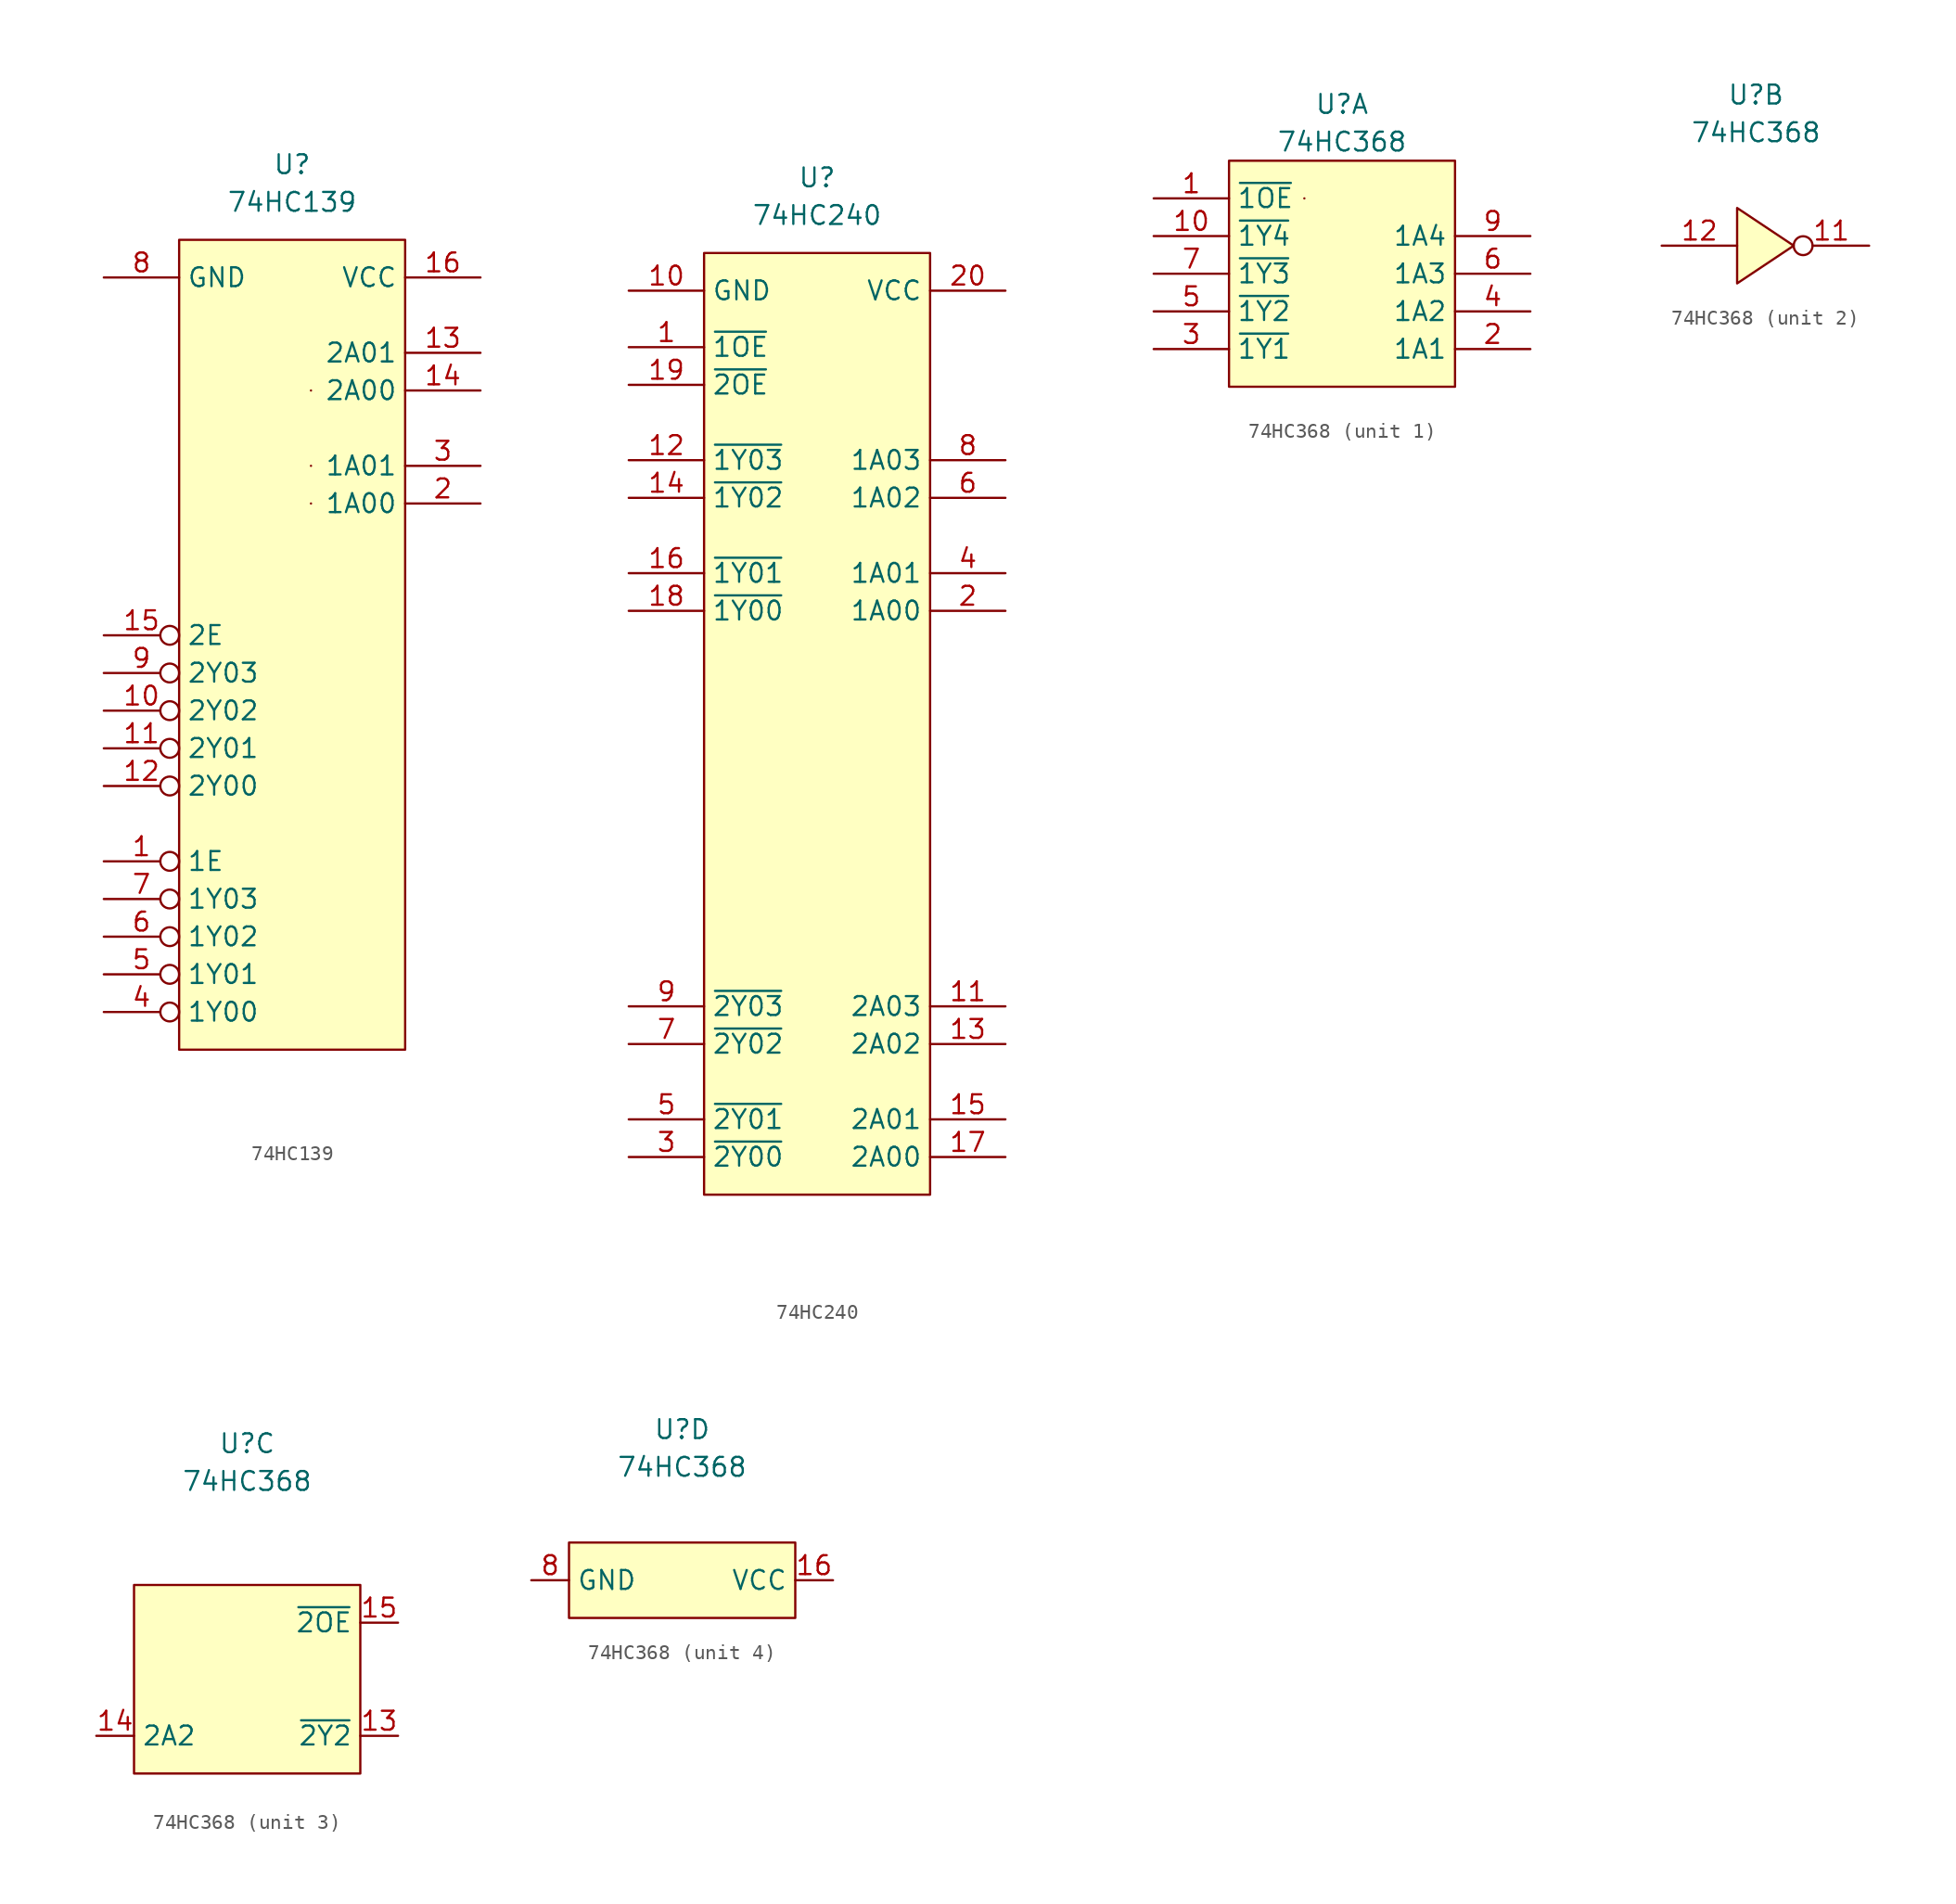
<source format=kicad_sym>
(kicad_symbol_lib
  (version 20220914)
  (generator kicad_symbol_editor)
  (symbol "74HC139"
    (property "Reference" "U"
      (at 0 36.83 0)
      (effects (font (size 1.27 1.27))))
    (property "Value" "74HC139"
      (at 0 34.29 0)
      (effects (font (size 1.27 1.27))))
    (symbol "74HC139_1_1"
      (rectangle (start -7.62 31.75) (end 7.62 -22.86) (stroke (width 0) (type default)) (fill (type background)))
      (pin input inverted (at -12.7 -10.16 0) (length 5.08) (name "1E" (effects (font (size 1.27 1.27)))) (number "1" (effects (font (size 1.27 1.27)))))
      (pin output inverted (at -12.7 0 0) (length 5.08) (name "2Y02" (effects (font (size 1.27 1.27)))) (number "10" (effects (font (size 1.27 1.27)))))
      (pin output inverted (at -12.7 -2.54 0) (length 5.08) (name "2Y01" (effects (font (size 1.27 1.27)))) (number "11" (effects (font (size 1.27 1.27)))))
      (pin output inverted (at -12.7 -5.08 0) (length 5.08) (name "2Y00" (effects (font (size 1.27 1.27)))) (number "12" (effects (font (size 1.27 1.27)))))
      (pin input line (at 12.7 24.13 180) (length 5.08) (name "2A01" (effects (font (size 1.27 1.27)))) (number "13" (effects (font (size 1.27 1.27)))))
      (pin input line (at 1.27 21.59 0) (length 0) (name "" (effects (font (size 1.27 1.27)))) (number "14" (effects (font (size 0 0)))))
      (pin input line (at 12.7 21.59 180) (length 5.08) (name "2A00" (effects (font (size 1.27 1.27)))) (number "14" (effects (font (size 1.27 1.27)))))
      (pin input inverted (at -12.7 5.08 0) (length 5.08) (name "2E" (effects (font (size 1.27 1.27)))) (number "15" (effects (font (size 1.27 1.27)))))
      (pin passive line (at 12.7 29.21 180) (length 5.08) (name "VCC" (effects (font (size 1.27 1.27)))) (number "16" (effects (font (size 1.27 1.27)))))
      (pin input line (at 1.27 13.97 0) (length 0) (name "" (effects (font (size 1.27 1.27)))) (number "2" (effects (font (size 0 0)))))
      (pin input line (at 12.7 13.97 180) (length 5.08) (name "1A00" (effects (font (size 1.27 1.27)))) (number "2" (effects (font (size 1.27 1.27)))))
      (pin input line (at 1.27 16.51 0) (length 0) (name "" (effects (font (size 1.27 1.27)))) (number "3" (effects (font (size 0 0)))))
      (pin input line (at 12.7 16.51 180) (length 5.08) (name "1A01" (effects (font (size 1.27 1.27)))) (number "3" (effects (font (size 1.27 1.27)))))
      (pin output inverted (at -12.7 -20.32 0) (length 5.08) (name "1Y00" (effects (font (size 1.27 1.27)))) (number "4" (effects (font (size 1.27 1.27)))))
      (pin output inverted (at -12.7 -17.78 0) (length 5.08) (name "1Y01" (effects (font (size 1.27 1.27)))) (number "5" (effects (font (size 1.27 1.27)))))
      (pin output inverted (at -12.7 -15.24 0) (length 5.08) (name "1Y02" (effects (font (size 1.27 1.27)))) (number "6" (effects (font (size 1.27 1.27)))))
      (pin output inverted (at -12.7 -12.7 0) (length 5.08) (name "1Y03" (effects (font (size 1.27 1.27)))) (number "7" (effects (font (size 1.27 1.27)))))
      (pin passive line (at -12.7 29.21 0) (length 5.08) (name "GND" (effects (font (size 1.27 1.27)))) (number "8" (effects (font (size 1.27 1.27)))))
      (pin output inverted (at -12.7 2.54 0) (length 5.08) (name "2Y03" (effects (font (size 1.27 1.27)))) (number "9" (effects (font (size 1.27 1.27)))))))
  (symbol "74HC240"
    (property "Reference" "U"
      (at 0 43.18 0)
      (effects (font (size 1.27 1.27))))
    (property "Value" "74HC240"
      (at 0 40.64 0)
      (effects (font (size 1.27 1.27))))
    (symbol "74HC240_1_1"
      (rectangle (start -7.62 38.1) (end 7.62 -25.4) (stroke (width 0) (type default)) (fill (type background)))
      (pin input line (at -12.7 31.75 0) (length 5.08) (name "~{1OE}" (effects (font (size 1.27 1.27)))) (number "1" (effects (font (size 1.27 1.27)))))
      (pin input line (at -12.7 35.56 0) (length 5.08) (name "GND" (effects (font (size 1.27 1.27)))) (number "10" (effects (font (size 1.27 1.27)))))
      (pin input line (at 12.7 -12.7 180) (length 5.08) (name "2A03" (effects (font (size 1.27 1.27)))) (number "11" (effects (font (size 1.27 1.27)))))
      (pin output line (at -12.7 24.13 0) (length 5.08) (name "~{1Y03}" (effects (font (size 1.27 1.27)))) (number "12" (effects (font (size 1.27 1.27)))))
      (pin input line (at 12.7 -15.24 180) (length 5.08) (name "2A02" (effects (font (size 1.27 1.27)))) (number "13" (effects (font (size 1.27 1.27)))))
      (pin output line (at -12.7 21.59 0) (length 5.08) (name "~{1Y02}" (effects (font (size 1.27 1.27)))) (number "14" (effects (font (size 1.27 1.27)))))
      (pin input line (at 12.7 -20.32 180) (length 5.08) (name "2A01" (effects (font (size 1.27 1.27)))) (number "15" (effects (font (size 1.27 1.27)))))
      (pin output line (at -12.7 16.51 0) (length 5.08) (name "~{1Y01}" (effects (font (size 1.27 1.27)))) (number "16" (effects (font (size 1.27 1.27)))))
      (pin input line (at 12.7 -22.86 180) (length 5.08) (name "2A00" (effects (font (size 1.27 1.27)))) (number "17" (effects (font (size 1.27 1.27)))))
      (pin output line (at -12.7 13.97 0) (length 5.08) (name "~{1Y00}" (effects (font (size 1.27 1.27)))) (number "18" (effects (font (size 1.27 1.27)))))
      (pin input line (at -12.7 29.21 0) (length 5.08) (name "~{2OE}" (effects (font (size 1.27 1.27)))) (number "19" (effects (font (size 1.27 1.27)))))
      (pin input line (at 12.7 13.97 180) (length 5.08) (name "1A00" (effects (font (size 1.27 1.27)))) (number "2" (effects (font (size 1.27 1.27)))))
      (pin input line (at 12.7 35.56 180) (length 5.08) (name "VCC" (effects (font (size 1.27 1.27)))) (number "20" (effects (font (size 1.27 1.27)))))
      (pin output line (at -12.7 -22.86 0) (length 5.08) (name "~{2Y00}" (effects (font (size 1.27 1.27)))) (number "3" (effects (font (size 1.27 1.27)))))
      (pin input line (at 12.7 16.51 180) (length 5.08) (name "1A01" (effects (font (size 1.27 1.27)))) (number "4" (effects (font (size 1.27 1.27)))))
      (pin output line (at -12.7 -20.32 0) (length 5.08) (name "~{2Y01}" (effects (font (size 1.27 1.27)))) (number "5" (effects (font (size 1.27 1.27)))))
      (pin input line (at 12.7 21.59 180) (length 5.08) (name "1A02" (effects (font (size 1.27 1.27)))) (number "6" (effects (font (size 1.27 1.27)))))
      (pin output line (at -12.7 -15.24 0) (length 5.08) (name "~{2Y02}" (effects (font (size 1.27 1.27)))) (number "7" (effects (font (size 1.27 1.27)))))
      (pin input line (at 12.7 24.13 180) (length 5.08) (name "1A03" (effects (font (size 1.27 1.27)))) (number "8" (effects (font (size 1.27 1.27)))))
      (pin output line (at -12.7 -12.7 0) (length 5.08) (name "~{2Y03}" (effects (font (size 1.27 1.27)))) (number "9" (effects (font (size 1.27 1.27)))))))
  (symbol "74HC368"
    (property "Reference" "U"
      (at 0 10.16 0)
      (effects (font (size 1.27 1.27))))
    (property "Value" "74HC368"
      (at 0 7.62 0)
      (effects (font (size 1.27 1.27))))
    (property "ki_locked" ""
      (at 0 0 0)
      (effects (font (size 1.27 1.27))))
    (symbol "74HC368_1_1"
      (rectangle (start -7.62 6.35) (end 7.62 -8.89) (stroke (width 0) (type default)) (fill (type background)))
      (pin input line (at -2.54 3.81 180) (length 0) (name "" (effects (font (size 1.27 1.27)))) (number "1" (effects (font (size 0 0)))))
      (pin input line (at -12.7 3.81 0) (length 5.08) (name "~{1OE}" (effects (font (size 1.27 1.27)))) (number "1" (effects (font (size 1.27 1.27)))))
      (pin output line (at -12.7 1.27 0) (length 5.08) (name "~{1Y4}" (effects (font (size 1.27 1.27)))) (number "10" (effects (font (size 1.27 1.27)))))
      (pin input line (at 12.7 -6.35 180) (length 5.08) (name "1A1" (effects (font (size 1.27 1.27)))) (number "2" (effects (font (size 1.27 1.27)))))
      (pin output line (at -12.7 -6.35 0) (length 5.08) (name "~{1Y1}" (effects (font (size 1.27 1.27)))) (number "3" (effects (font (size 1.27 1.27)))))
      (pin input line (at 12.7 -3.81 180) (length 5.08) (name "1A2" (effects (font (size 1.27 1.27)))) (number "4" (effects (font (size 1.27 1.27)))))
      (pin output line (at -12.7 -3.81 0) (length 5.08) (name "~{1Y2}" (effects (font (size 1.27 1.27)))) (number "5" (effects (font (size 1.27 1.27)))))
      (pin input line (at 12.7 -1.27 180) (length 5.08) (name "1A3" (effects (font (size 1.27 1.27)))) (number "6" (effects (font (size 1.27 1.27)))))
      (pin output line (at -12.7 -1.27 0) (length 5.08) (name "~{1Y3}" (effects (font (size 1.27 1.27)))) (number "7" (effects (font (size 1.27 1.27)))))
      (pin input line (at 12.7 1.27 180) (length 5.08) (name "1A4" (effects (font (size 1.27 1.27)))) (number "9" (effects (font (size 1.27 1.27))))))
    (symbol "74HC368_2_1"
      (polyline (pts (xy -1.27 2.54) (xy -1.27 -2.54) (xy 2.54 0) (xy -1.27 2.54)) (stroke (width 0) (type default)) (fill (type background)))
      (pin output inverted (at 7.62 0 180) (length 5.08) (name "~{2Y1}" (effects (font (size 0 0)))) (number "11" (effects (font (size 1.27 1.27)))))
      (pin input line (at -6.35 0 0) (length 5.08) (name "2A1" (effects (font (size 0 0)))) (number "12" (effects (font (size 1.27 1.27))))))
    (symbol "74HC368_3_1"
      (rectangle (start -7.62 0.635) (end 7.62 -12.065) (stroke (width 0) (type default)) (fill (type background)))
      (pin output line (at 10.16 -9.525 180) (length 2.54) (name "~{2Y2}" (effects (font (size 1.27 1.27)))) (number "13" (effects (font (size 1.27 1.27)))))
      (pin input line (at -10.16 -9.525 0) (length 2.54) (name "2A2" (effects (font (size 1.27 1.27)))) (number "14" (effects (font (size 1.27 1.27)))))
      (pin input line (at 10.16 -1.905 180) (length 2.54) (name "~{2OE}" (effects (font (size 1.27 1.27)))) (number "15" (effects (font (size 1.27 1.27))))))
    (symbol "74HC368_4_1"
      (rectangle (start -7.62 2.54) (end 7.62 -2.54) (stroke (width 0) (type default)) (fill (type background)))
      (pin passive line (at 10.16 0 180) (length 2.54) (name "VCC" (effects (font (size 1.27 1.27)))) (number "16" (effects (font (size 1.27 1.27)))))
      (pin passive line (at -10.16 0 0) (length 2.54) (name "GND" (effects (font (size 1.27 1.27)))) (number "8" (effects (font (size 1.27 1.27))))))))
</source>
